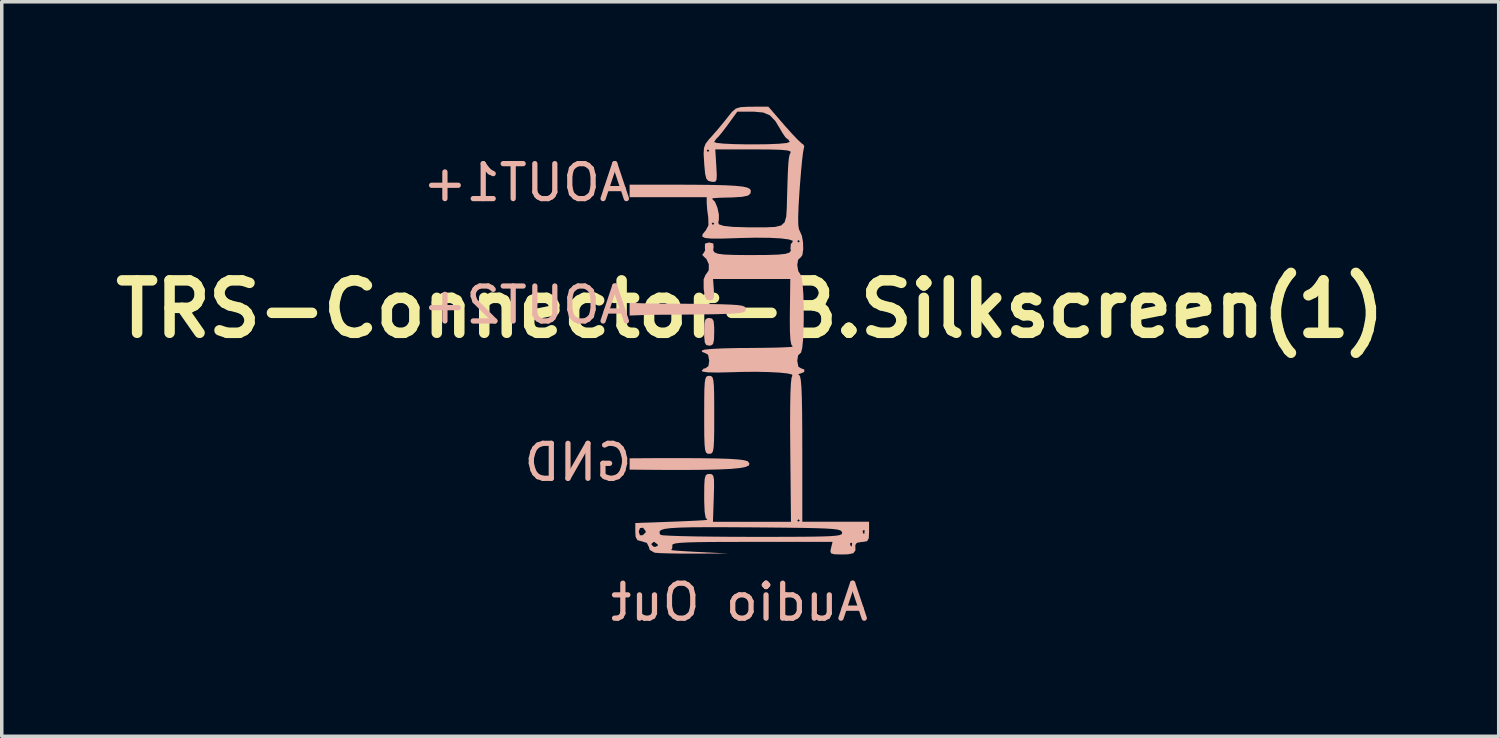
<source format=kicad_pcb>
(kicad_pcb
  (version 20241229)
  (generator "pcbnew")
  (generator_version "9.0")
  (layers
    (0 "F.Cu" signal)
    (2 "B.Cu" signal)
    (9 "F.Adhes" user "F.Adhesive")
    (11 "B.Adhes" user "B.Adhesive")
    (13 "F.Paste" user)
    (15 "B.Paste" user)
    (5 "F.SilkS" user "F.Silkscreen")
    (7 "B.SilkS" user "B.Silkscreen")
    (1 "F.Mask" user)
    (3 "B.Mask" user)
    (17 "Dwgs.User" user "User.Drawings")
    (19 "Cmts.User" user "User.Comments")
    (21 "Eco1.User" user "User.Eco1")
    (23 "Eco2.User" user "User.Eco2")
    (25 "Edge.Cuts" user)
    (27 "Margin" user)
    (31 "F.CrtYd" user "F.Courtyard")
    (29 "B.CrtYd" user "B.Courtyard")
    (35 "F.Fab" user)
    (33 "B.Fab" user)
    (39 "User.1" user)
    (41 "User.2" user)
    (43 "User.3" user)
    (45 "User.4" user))
  (footprint "TRS-Connector-B.Silkscreen(1)"
    (layer "F.Cu")
    (at 18.457 5.79)
    (property "Reference" "TRS-Connector-B.Silkscreen(1)" (at -0.05 0 0) (layer "F.SilkS") (effects (font (size 1.5 1.5) (thickness 0.3))))
    (attr board_only exclude_from_pos_files exclude_from_bom)
    (fp_poly (pts (xy -1.14 0.271) (xy -1.097 0.346) (xy -1.081 0.511) (xy -1.08 0.65) (xy -1.086 0.879) (xy -1.113 0.998) (xy -1.173 1.041) (xy -1.223 1.046) (xy -1.307 1.028) (xy -1.35 0.954) (xy -1.366 0.789) (xy -1.367 0.65) (xy -1.361 0.421) (xy -1.334 0.302) (xy -1.274 0.258) (xy -1.223 0.254)) (stroke (width 0) (type solid)) (fill yes) (layer "B.SilkS"))
    (fp_poly (pts (xy -2.968 -0.16) (xy -2.262 -0.155) (xy -1.686 -0.151) (xy -1.228 -0.145) (xy -0.874 -0.138) (xy -0.61 -0.128) (xy -0.423 -0.116) (xy -0.3 -0.099) (xy -0.227 -0.078) (xy -0.192 -0.052) (xy -0.181 -0.019) (xy -0.18 0.002) (xy -0.184 0.039) (xy -0.204 0.069) (xy -0.253 0.093) (xy -0.346 0.112) (xy -0.495 0.126) (xy -0.713 0.137) (xy -1.014 0.146) (xy -1.412 0.152) (xy -1.919 0.158) (xy -2.549 0.162) (xy -2.968 0.165) (xy -3.5 0.185) (xy -3.5 0) (xy -3.5 -0.179)) (stroke (width 0) (type solid)) (fill yes) (layer "B.SilkS"))
    (fp_poly (pts (xy -1.169 1.916) (xy -1.13 1.951) (xy -1.105 2.034) (xy -1.09 2.188) (xy -1.082 2.432) (xy -1.08 2.788) (xy -1.08 3.024) (xy -1.08 3.447) (xy -1.085 3.747) (xy -1.096 3.945) (xy -1.115 4.062) (xy -1.147 4.12) (xy -1.193 4.138) (xy -1.223 4.14) (xy -1.278 4.133) (xy -1.317 4.098) (xy -1.342 4.015) (xy -1.357 3.861) (xy -1.365 3.617) (xy -1.367 3.261) (xy -1.367 3.024) (xy -1.366 2.602) (xy -1.362 2.302) (xy -1.351 2.104) (xy -1.331 1.987) (xy -1.3 1.929) (xy -1.254 1.91) (xy -1.223 1.909)) (stroke (width 0) (type solid)) (fill yes) (layer "B.SilkS"))
    (fp_poly (pts (xy -1.475 4.265) (xy -1.015 4.272) (xy -0.661 4.283) (xy -0.402 4.3) (xy -0.23 4.321) (xy -0.133 4.348) (xy -0.112 4.362) (xy -0.071 4.422) (xy -0.091 4.473) (xy -0.18 4.514) (xy -0.349 4.546) (xy -0.606 4.571) (xy -0.961 4.587) (xy -1.423 4.597) (xy -2 4.601) (xy -2.702 4.599) (xy -3.5 4.592) (xy -3.5 4.592) (xy -3.5 4.585) (xy -3.5 4.579) (xy -3.5 4.571) (xy -3.5 4.561) (xy -3.5 4.548) (xy -3.5 4.53) (xy -3.5 4.506) (xy -3.5 4.476) (xy -3.5 4.438) (xy -3.5 4.426) (xy -3.5 4.386) (xy -3.5 4.354) (xy -3.5 4.329) (xy -3.5 4.31) (xy -3.5 4.296) (xy -3.5 4.286) (xy -3.5 4.279) (xy -3.5 4.274) (xy -3.5 4.269) (xy -3.5 4.268) (xy -2.747 4.263) (xy -2.049 4.262)) (stroke (width 0) (type solid)) (fill yes) (layer "B.SilkS"))
    (fp_poly (pts (xy 0.935 -5.25) (xy 1.139 -5.022) (xy 1.311 -4.841) (xy 1.429 -4.732) (xy 1.464 -4.711) (xy 1.496 -4.657) (xy 1.482 -4.594) (xy 1.461 -4.484) (xy 1.434 -4.259) (xy 1.404 -3.947) (xy 1.374 -3.577) (xy 1.361 -3.402) (xy 1.333 -2.954) (xy 1.321 -2.63) (xy 1.324 -2.411) (xy 1.345 -2.279) (xy 1.372 -2.223) (xy 1.429 -2.092) (xy 1.461 -1.903) (xy 1.465 -1.705) (xy 1.442 -1.545) (xy 1.39 -1.473) (xy 1.385 -1.473) (xy 1.319 -1.41) (xy 1.295 -1.26) (xy 1.323 -1.089) (xy 1.385 -0.991) (xy 1.421 -0.9) (xy 1.449 -0.702) (xy 1.469 -0.424) (xy 1.479 -0.097) (xy 1.481 0.25) (xy 1.475 0.587) (xy 1.46 0.885) (xy 1.437 1.113) (xy 1.405 1.243) (xy 1.385 1.262) (xy 1.319 1.325) (xy 1.295 1.477) (xy 1.327 1.649) (xy 1.403 1.693) (xy 1.499 1.73) (xy 1.493 1.799) (xy 1.391 1.842) (xy 1.385 1.843) (xy 1.317 1.861) (xy 1.349 1.885) (xy 1.376 1.929) (xy 1.398 2.047) (xy 1.415 2.249) (xy 1.426 2.548) (xy 1.434 2.958) (xy 1.438 3.489) (xy 1.439 4.002) (xy 1.439 6.082) (xy 2.394 6.082) (xy 3.349 6.082) (xy 3.349 6.37) (xy 3.34 6.555) (xy 3.294 6.637) (xy 3.182 6.658) (xy 3.146 6.658) (xy 2.998 6.686) (xy 2.955 6.748) (xy 2.959 6.901) (xy 2.898 6.983) (xy 2.743 7.014) (xy 2.582 7.018) (xy 2.368 7.014) (xy 2.265 6.989) (xy 2.242 6.927) (xy 2.26 6.838) (xy 2.287 6.73) (xy 2.806 6.73) (xy 2.832 6.789) (xy 2.854 6.778) (xy 2.863 6.693) (xy 2.854 6.682) (xy 2.811 6.692) (xy 2.806 6.73) (xy 2.287 6.73) (xy 2.305 6.658) (xy -0.007 6.658) (xy -0.649 6.659) (xy -1.162 6.661) (xy -1.559 6.666) (xy -1.853 6.674) (xy -2.058 6.686) (xy -2.188 6.702) (xy -2.258 6.723) (xy -2.28 6.749) (xy -2.277 6.766) (xy -2.284 6.866) (xy -2.323 6.888) (xy -2.291 6.897) (xy -2.139 6.911) (xy -1.891 6.927) (xy -1.572 6.945) (xy -1.547 6.946) (xy -0.684 6.989) (xy -1.655 6.994) (xy -2.028 6.993) (xy -2.361 6.988) (xy -2.62 6.98) (xy -2.774 6.969) (xy -2.788 6.967) (xy -2.923 6.889) (xy -2.95 6.802) (xy -2.986 6.73) (xy -2.878 6.73) (xy -2.82 6.793) (xy -2.766 6.802) (xy -2.692 6.767) (xy -2.699 6.73) (xy -2.791 6.661) (xy -2.811 6.658) (xy -2.876 6.713) (xy -2.878 6.73) (xy -2.986 6.73) (xy -3.007 6.687) (xy -3.144 6.645) (xy -3.275 6.61) (xy -3.328 6.516) (xy -3.337 6.37) (xy -3.337 6.362) (xy -3.238 6.362) (xy -3.206 6.469) (xy -3.127 6.467) (xy -3.044 6.392) (xy -3.042 6.358) (xy -2.642 6.358) (xy -2.642 6.408) (xy -2.618 6.457) (xy -2.54 6.47) (xy -2.335 6.482) (xy -2.018 6.493) (xy -1.607 6.502) (xy -1.117 6.508) (xy -0.565 6.513) (xy 0.009 6.514) (xy 0.689 6.514) (xy 1.238 6.512) (xy 1.671 6.509) (xy 2 6.503) (xy 2.241 6.494) (xy 2.405 6.481) (xy 2.506 6.464) (xy 2.56 6.441) (xy 2.578 6.413) (xy 2.576 6.388) (xy 2.568 6.37) (xy 3.166 6.37) (xy 3.192 6.43) (xy 3.214 6.418) (xy 3.222 6.333) (xy 3.214 6.322) (xy 3.171 6.332) (xy 3.166 6.37) (xy 2.568 6.37) (xy 2.562 6.355) (xy 2.522 6.328) (xy 2.443 6.306) (xy 2.311 6.289) (xy 2.112 6.276) (xy 1.833 6.266) (xy 1.458 6.258) (xy 0.975 6.252) (xy 0.369 6.246) (xy 0.004 6.243) (xy -0.7 6.239) (xy -1.273 6.238) (xy -1.727 6.241) (xy -2.073 6.25) (xy -2.326 6.265) (xy -2.497 6.287) (xy -2.598 6.318) (xy -2.642 6.358) (xy -3.042 6.358) (xy -3.042 6.348) (xy -3.117 6.253) (xy -3.203 6.264) (xy -3.238 6.362) (xy -3.337 6.362) (xy -3.337 6.118) (xy -2.262 6.08) (xy -1.896 6.065) (xy -1.596 6.051) (xy -1.383 6.039) (xy -1.28 6.029) (xy -1.277 6.026) (xy -1.325 5.966) (xy -1.354 5.799) (xy -1.366 5.507) (xy -1.367 5.363) (xy -1.365 5.056) (xy -1.354 4.865) (xy -1.328 4.763) (xy -1.281 4.722) (xy -1.219 4.715) (xy -1.15 4.724) (xy -1.108 4.766) (xy -1.087 4.871) (xy -1.084 5.063) (xy -1.092 5.37) (xy -1.093 5.399) (xy -1.116 6.083) (xy -0.000227 6.083) (xy 1.115 6.083) (xy 1.115 6.046) (xy 1.295 6.046) (xy 1.331 6.082) (xy 1.367 6.046) (xy 1.331 6.011) (xy 1.295 6.046) (xy 1.115 6.046) (xy 1.095 4.019) (xy 1.09 3.346) (xy 1.092 2.811) (xy 1.099 2.405) (xy 1.113 2.124) (xy 1.132 1.96) (xy 1.154 1.907) (xy 1.147 1.872) (xy 1.018 1.841) (xy 0.788 1.817) (xy 0.479 1.801) (xy 0.113 1.793) (xy -0.289 1.797) (xy -0.558 1.805) (xy -0.974 1.815) (xy -1.261 1.81) (xy -1.414 1.787) (xy -1.439 1.767) (xy -1.381 1.702) (xy -1.331 1.693) (xy -1.246 1.629) (xy -1.223 1.477) (xy -1.256 1.306) (xy -1.331 1.262) (xy -1.427 1.223) (xy -1.439 1.19) (xy -1.369 1.162) (xy -1.165 1.14) (xy -0.836 1.124) (xy -0.393 1.114) (xy -0.09 1.112) (xy 0.325 1.108) (xy 0.678 1.102) (xy 0.95 1.092) (xy 1.12 1.082) (xy 1.167 1.07) (xy 1.166 1.069) (xy 1.125 1.015) (xy 1.099 0.881) (xy 1.085 0.647) (xy 1.082 0.296) (xy 1.084 0.085) (xy 1.095 -0.861) (xy -0.009 -0.861) (xy -1.113 -0.861) (xy -1.091 -0.555) (xy -1.086 -0.362) (xy -1.118 -0.272) (xy -1.203 -0.25) (xy -1.211 -0.25) (xy -1.301 -0.274) (xy -1.352 -0.372) (xy -1.381 -0.577) (xy -1.382 -0.591) (xy -1.383 -0.85) (xy -1.329 -0.982) (xy -1.317 -0.991) (xy -1.237 -1.112) (xy -1.235 -1.283) (xy -1.306 -1.436) (xy -1.349 -1.473) (xy -1.424 -1.551) (xy -1.393 -1.588) (xy -1.341 -1.676) (xy -1.347 -1.764) (xy -1.344 -1.873) (xy -1.232 -1.904) (xy -1.223 -1.905) (xy -1.106 -1.876) (xy -1.098 -1.772) (xy -1.099 -1.765) (xy -1.109 -1.683) (xy -1.074 -1.624) (xy -0.977 -1.584) (xy -0.797 -1.56) (xy -0.516 -1.549) (xy -0.115 -1.545) (xy -0.000227 -1.545) (xy 0.438 -1.548) (xy 0.75 -1.558) (xy 0.955 -1.58) (xy 1.069 -1.615) (xy 1.111 -1.668) (xy 1.1 -1.738) (xy 1.112 -1.863) (xy 1.153 -1.906) (xy 1.163 -1.94) (xy 1.295 -1.94) (xy 1.331 -1.905) (xy 1.367 -1.94) (xy 1.331 -1.976) (xy 1.295 -1.94) (xy 1.163 -1.94) (xy 1.167 -1.953) (xy 1.054 -1.992) (xy 0.83 -2.021) (xy 0.51 -2.038) (xy 0.111 -2.042) (xy -0.351 -2.033) (xy -0.445 -2.029) (xy -0.867 -2.016) (xy -1.161 -2.016) (xy -1.34 -2.033) (xy -1.42 -2.072) (xy -1.416 -2.136) (xy -1.342 -2.228) (xy -1.324 -2.246) (xy -1.245 -2.397) (xy -1.246 -2.444) (xy -1.152 -2.444) (xy -1.116 -2.408) (xy -1.08 -2.444) (xy -1.116 -2.48) (xy -1.152 -2.444) (xy -1.246 -2.444) (xy -1.251 -2.619) (xy -1.281 -2.842) (xy -1.295 -3.03) (xy -1.295 -3.038) (xy -1.295 -3.2) (xy -3.5 -3.2) (xy -3.5 -3.38) (xy -3.5 -3.559) (xy -2.965 -3.559) (xy -2.227 -3.559) (xy -1.621 -3.556) (xy -1.134 -3.551) (xy -0.755 -3.541) (xy -0.47 -3.525) (xy -0.267 -3.504) (xy -0.135 -3.475) (xy -0.061 -3.437) (xy -0.033 -3.39) (xy -0.038 -3.332) (xy -0.05 -3.299) (xy -0.118 -3.244) (xy -0.287 -3.21) (xy -0.575 -3.193) (xy -0.674 -3.191) (xy -0.925 -3.184) (xy -1.093 -3.172) (xy -1.151 -3.157) (xy -1.139 -3.151) (xy -1.057 -3.067) (xy -0.987 -2.897) (xy -0.946 -2.701) (xy -0.948 -2.536) (xy -0.965 -2.491) (xy -0.951 -2.426) (xy -0.813 -2.38) (xy -0.545 -2.351) (xy -0.142 -2.339) (xy -0.000227 -2.338) (xy 0.392 -2.338) (xy 0.663 -2.35) (xy 0.836 -2.393) (xy 0.934 -2.485) (xy 0.98 -2.645) (xy 0.995 -2.891) (xy 1.002 -3.151) (xy 1.015 -3.603) (xy 1.027 -3.934) (xy 1.04 -4.164) (xy 1.055 -4.316) (xy 1.075 -4.411) (xy 1.1 -4.471) (xy 1.104 -4.478) (xy 1.096 -4.513) (xy 1.008 -4.538) (xy 0.827 -4.555) (xy 0.535 -4.564) (xy 0.117 -4.567) (xy 0.055 -4.567) (xy -1.05 -4.567) (xy -1.02 -4.093) (xy -1.007 -3.84) (xy -1.013 -3.701) (xy -1.048 -3.644) (xy -1.122 -3.638) (xy -1.161 -3.643) (xy -1.251 -3.668) (xy -1.307 -3.733) (xy -1.34 -3.87) (xy -1.363 -4.113) (xy -1.367 -4.169) (xy -1.383 -4.436) (xy -1.378 -4.531) (xy -1.295 -4.531) (xy -1.259 -4.495) (xy -1.223 -4.531) (xy -1.259 -4.567) (xy -1.295 -4.531) (xy -1.378 -4.531) (xy -1.373 -4.608) (xy -1.326 -4.732) (xy -1.291 -4.777) (xy -1.08 -4.777) (xy -1.011 -4.753) (xy -0.823 -4.733) (xy -0.537 -4.719) (xy -0.177 -4.712) (xy -0.000227 -4.711) (xy 0.44 -4.715) (xy 0.774 -4.729) (xy 0.991 -4.75) (xy 1.078 -4.779) (xy 1.079 -4.783) (xy 1.036 -4.853) (xy 1.024 -4.855) (xy 0.957 -4.912) (xy 0.861 -5.054) (xy 0.834 -5.103) (xy 0.669 -5.377) (xy 0.512 -5.541) (xy 0.321 -5.622) (xy 0.056 -5.646) (xy 0.003 -5.646) (xy -0.42 -5.646) (xy -0.694 -5.268) (xy -0.844 -5.07) (xy -0.964 -4.925) (xy -1.024 -4.867) (xy -1.079 -4.785) (xy -1.08 -4.777) (xy -1.291 -4.777) (xy -1.228 -4.858) (xy -1.167 -4.924) (xy -0.974 -5.144) (xy -0.768 -5.394) (xy -0.699 -5.482) (xy -0.569 -5.645) (xy -0.46 -5.736) (xy -0.323 -5.776) (xy -0.11 -5.787) (xy 0.000079 -5.788) (xy 0.468 -5.79)) (stroke (width 0) (type solid)) (fill yes) (layer "B.SilkS"))
    (fp_text user "AOUT2+" (at -9.5 0.47 0) (unlocked yes) (layer "B.SilkS") (effects (font (size 1 1) (thickness 0.15)) (justify right bottom mirror)))
    (fp_text user "Audio Out" (at -0.36 8.97 0) (unlocked yes) (layer "B.SilkS") (effects (font (size 1 1) (thickness 0.15)) (justify bottom mirror)))
    (fp_text user "AOUT1+" (at -9.5 -3.03 0) (unlocked yes) (layer "B.SilkS") (effects (font (size 1 1) (thickness 0.15)) (justify right bottom mirror)))
    (fp_text user "GND" (at -6.6 4.97 0) (unlocked yes) (layer "B.SilkS") (effects (font (size 1 1) (thickness 0.15)) (justify right bottom mirror))))
  (gr_rect
    (start -3 -3)
    (end 39.814 18.007)
    (stroke (width 0.1) (type default))
    (fill no)
    (layer "Edge.Cuts")))
</source>
